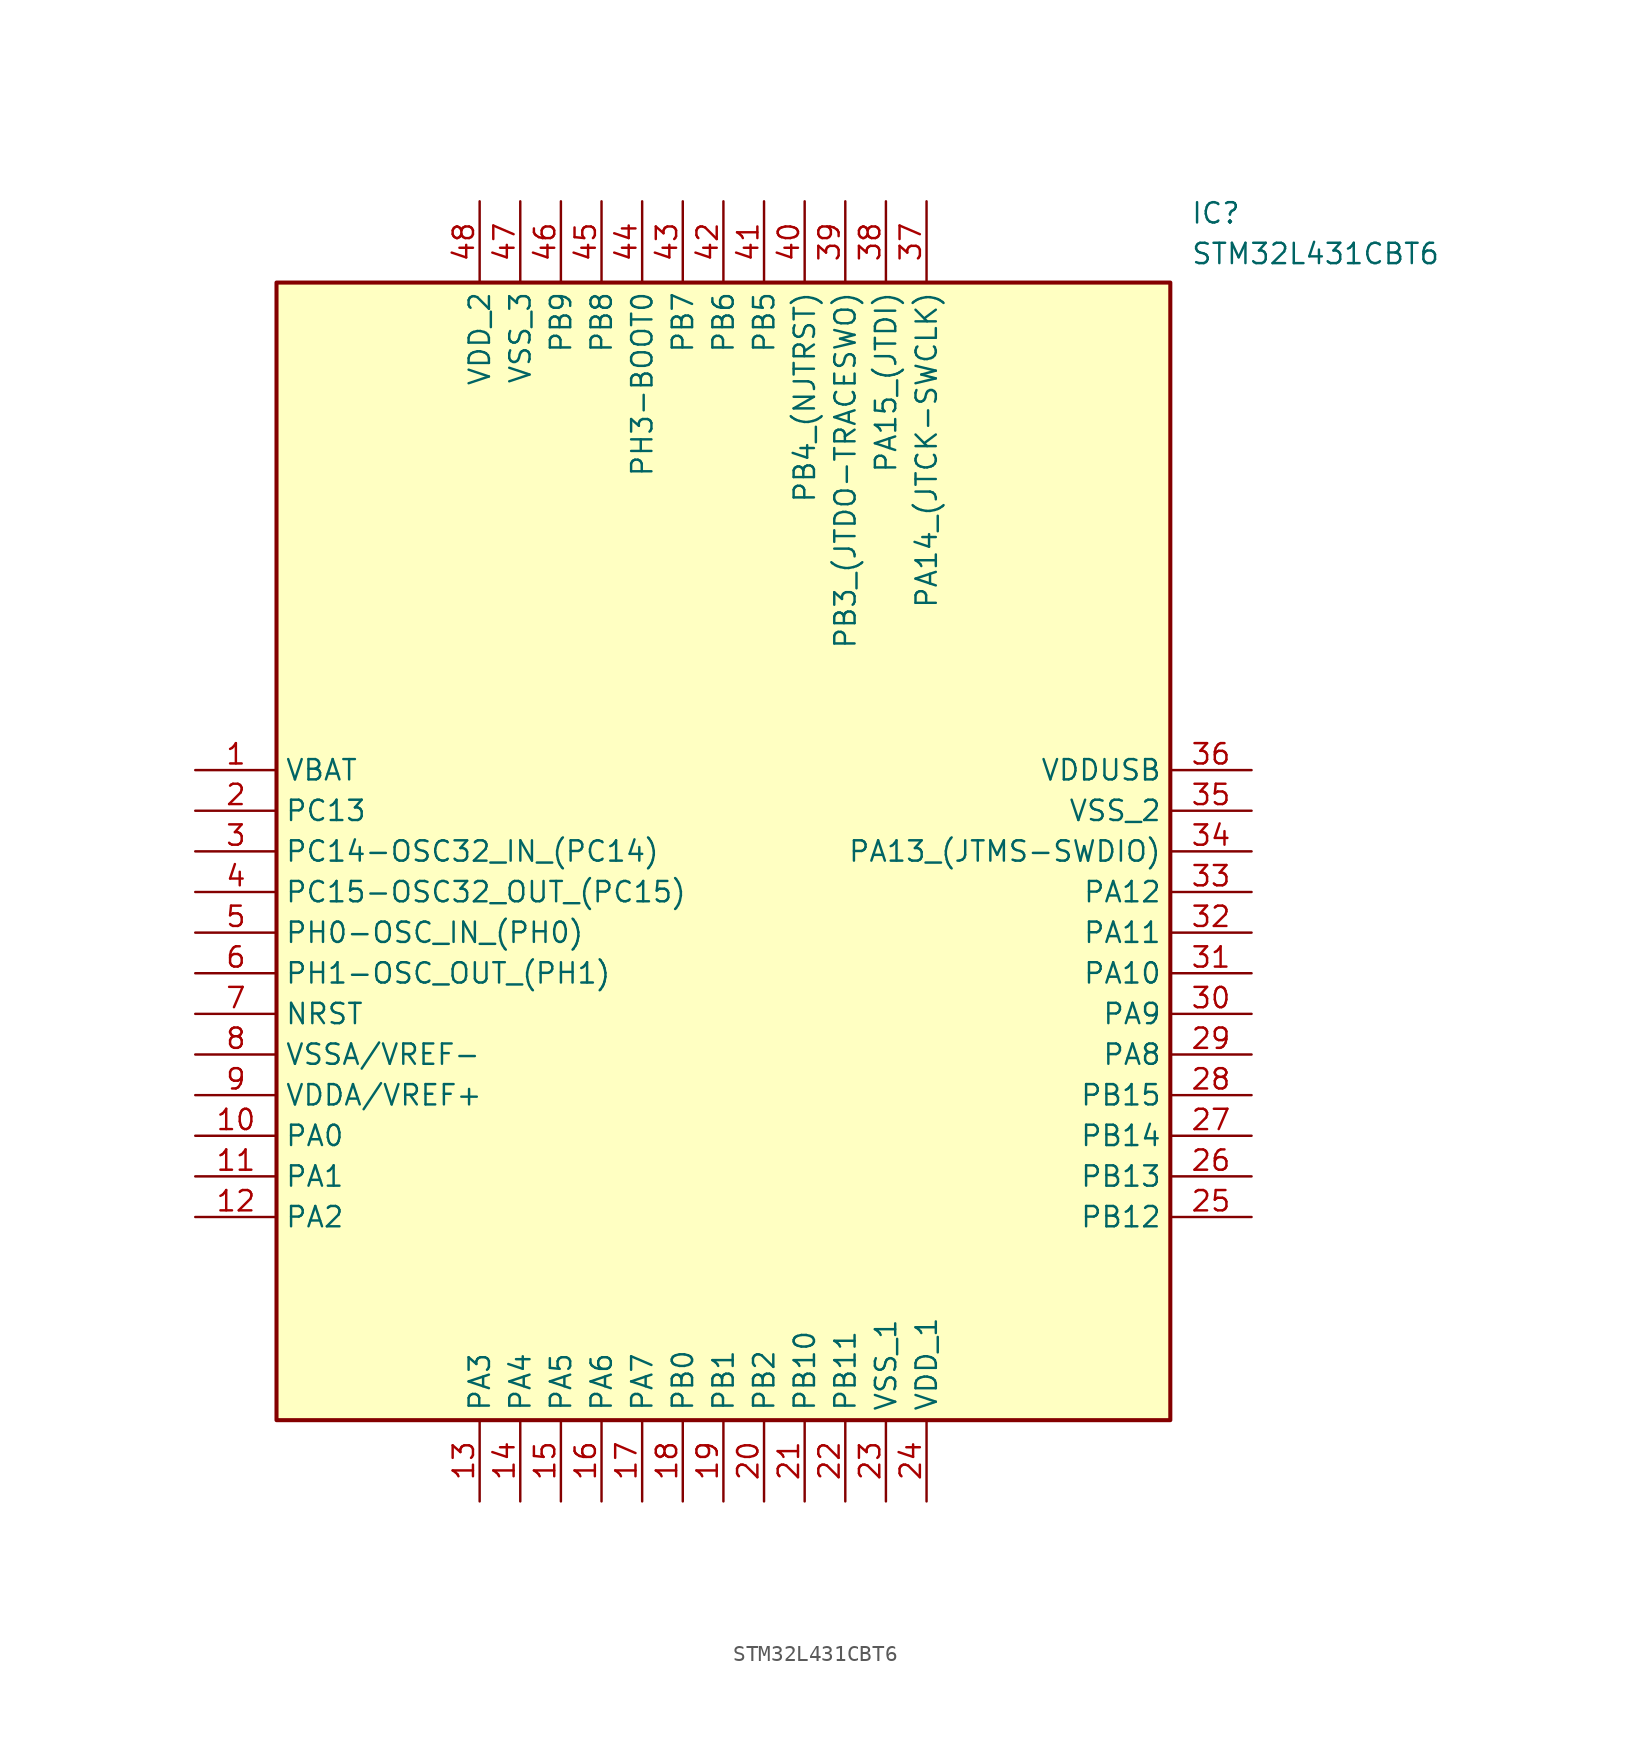
<source format=kicad_sym>
(kicad_symbol_lib
  (version 20211014)
  (generator SamacSys_ECAD_Model)
  (symbol "STM32L431CBT6"
    (property "Reference" "IC"
      (at 62.23 35.56 0)
      (effects (font (size 1.27 1.27)) (justify left top)))
    (property "Value" "STM32L431CBT6"
      (at 62.23 33.02 0)
      (effects (font (size 1.27 1.27)) (justify left top)))
    (rectangle
      (start 5.08 30.48)
      (end 60.96 -40.64)
      (stroke (width 0.254) (type default))
      (fill (type background)))
    (pin power_in line
      (at 0 0 0)
      (length 5.08)
      (name "VBAT" (effects (font (size 1.27 1.27))))
      (number "1" (effects (font (size 1.27 1.27)))))
    (pin passive line
      (at 0 -2.54 0)
      (length 5.08)
      (name "PC13" (effects (font (size 1.27 1.27))))
      (number "2" (effects (font (size 1.27 1.27)))))
    (pin passive line
      (at 0 -5.08 0)
      (length 5.08)
      (name "PC14-OSC32_IN_(PC14)" (effects (font (size 1.27 1.27))))
      (number "3" (effects (font (size 1.27 1.27)))))
    (pin passive line
      (at 0 -7.62 0)
      (length 5.08)
      (name "PC15-OSC32_OUT_(PC15)" (effects (font (size 1.27 1.27))))
      (number "4" (effects (font (size 1.27 1.27)))))
    (pin passive line
      (at 0 -10.16 0)
      (length 5.08)
      (name "PH0-OSC_IN_(PH0)" (effects (font (size 1.27 1.27))))
      (number "5" (effects (font (size 1.27 1.27)))))
    (pin passive line
      (at 0 -12.7 0)
      (length 5.08)
      (name "PH1-OSC_OUT_(PH1)" (effects (font (size 1.27 1.27))))
      (number "6" (effects (font (size 1.27 1.27)))))
    (pin passive line
      (at 0 -15.24 0)
      (length 5.08)
      (name "NRST" (effects (font (size 1.27 1.27))))
      (number "7" (effects (font (size 1.27 1.27)))))
    (pin power_in line
      (at 0 -17.78 0)
      (length 5.08)
      (name "VSSA/VREF-" (effects (font (size 1.27 1.27))))
      (number "8" (effects (font (size 1.27 1.27)))))
    (pin power_in line
      (at 0 -20.32 0)
      (length 5.08)
      (name "VDDA/VREF+" (effects (font (size 1.27 1.27))))
      (number "9" (effects (font (size 1.27 1.27)))))
    (pin passive line
      (at 0 -22.86 0)
      (length 5.08)
      (name "PA0" (effects (font (size 1.27 1.27))))
      (number "10" (effects (font (size 1.27 1.27)))))
    (pin passive line
      (at 0 -25.4 0)
      (length 5.08)
      (name "PA1" (effects (font (size 1.27 1.27))))
      (number "11" (effects (font (size 1.27 1.27)))))
    (pin passive line
      (at 0 -27.94 0)
      (length 5.08)
      (name "PA2" (effects (font (size 1.27 1.27))))
      (number "12" (effects (font (size 1.27 1.27)))))
    (pin passive line
      (at 17.78 -45.72 90)
      (length 5.08)
      (name "PA3" (effects (font (size 1.27 1.27))))
      (number "13" (effects (font (size 1.27 1.27)))))
    (pin passive line
      (at 20.32 -45.72 90)
      (length 5.08)
      (name "PA4" (effects (font (size 1.27 1.27))))
      (number "14" (effects (font (size 1.27 1.27)))))
    (pin passive line
      (at 22.86 -45.72 90)
      (length 5.08)
      (name "PA5" (effects (font (size 1.27 1.27))))
      (number "15" (effects (font (size 1.27 1.27)))))
    (pin passive line
      (at 25.4 -45.72 90)
      (length 5.08)
      (name "PA6" (effects (font (size 1.27 1.27))))
      (number "16" (effects (font (size 1.27 1.27)))))
    (pin passive line
      (at 27.94 -45.72 90)
      (length 5.08)
      (name "PA7" (effects (font (size 1.27 1.27))))
      (number "17" (effects (font (size 1.27 1.27)))))
    (pin passive line
      (at 30.48 -45.72 90)
      (length 5.08)
      (name "PB0" (effects (font (size 1.27 1.27))))
      (number "18" (effects (font (size 1.27 1.27)))))
    (pin passive line
      (at 33.02 -45.72 90)
      (length 5.08)
      (name "PB1" (effects (font (size 1.27 1.27))))
      (number "19" (effects (font (size 1.27 1.27)))))
    (pin passive line
      (at 35.56 -45.72 90)
      (length 5.08)
      (name "PB2" (effects (font (size 1.27 1.27))))
      (number "20" (effects (font (size 1.27 1.27)))))
    (pin passive line
      (at 38.1 -45.72 90)
      (length 5.08)
      (name "PB10" (effects (font (size 1.27 1.27))))
      (number "21" (effects (font (size 1.27 1.27)))))
    (pin passive line
      (at 40.64 -45.72 90)
      (length 5.08)
      (name "PB11" (effects (font (size 1.27 1.27))))
      (number "22" (effects (font (size 1.27 1.27)))))
    (pin power_in line
      (at 43.18 -45.72 90)
      (length 5.08)
      (name "VSS_1" (effects (font (size 1.27 1.27))))
      (number "23" (effects (font (size 1.27 1.27)))))
    (pin power_in line
      (at 45.72 -45.72 90)
      (length 5.08)
      (name "VDD_1" (effects (font (size 1.27 1.27))))
      (number "24" (effects (font (size 1.27 1.27)))))
    (pin power_in line
      (at 66.04 0 180)
      (length 5.08)
      (name "VDDUSB" (effects (font (size 1.27 1.27))))
      (number "36" (effects (font (size 1.27 1.27)))))
    (pin power_in line
      (at 66.04 -2.54 180)
      (length 5.08)
      (name "VSS_2" (effects (font (size 1.27 1.27))))
      (number "35" (effects (font (size 1.27 1.27)))))
    (pin passive line
      (at 66.04 -5.08 180)
      (length 5.08)
      (name "PA13_(JTMS-SWDIO)" (effects (font (size 1.27 1.27))))
      (number "34" (effects (font (size 1.27 1.27)))))
    (pin passive line
      (at 66.04 -7.62 180)
      (length 5.08)
      (name "PA12" (effects (font (size 1.27 1.27))))
      (number "33" (effects (font (size 1.27 1.27)))))
    (pin passive line
      (at 66.04 -10.16 180)
      (length 5.08)
      (name "PA11" (effects (font (size 1.27 1.27))))
      (number "32" (effects (font (size 1.27 1.27)))))
    (pin passive line
      (at 66.04 -12.7 180)
      (length 5.08)
      (name "PA10" (effects (font (size 1.27 1.27))))
      (number "31" (effects (font (size 1.27 1.27)))))
    (pin passive line
      (at 66.04 -15.24 180)
      (length 5.08)
      (name "PA9" (effects (font (size 1.27 1.27))))
      (number "30" (effects (font (size 1.27 1.27)))))
    (pin passive line
      (at 66.04 -17.78 180)
      (length 5.08)
      (name "PA8" (effects (font (size 1.27 1.27))))
      (number "29" (effects (font (size 1.27 1.27)))))
    (pin passive line
      (at 66.04 -20.32 180)
      (length 5.08)
      (name "PB15" (effects (font (size 1.27 1.27))))
      (number "28" (effects (font (size 1.27 1.27)))))
    (pin passive line
      (at 66.04 -22.86 180)
      (length 5.08)
      (name "PB14" (effects (font (size 1.27 1.27))))
      (number "27" (effects (font (size 1.27 1.27)))))
    (pin passive line
      (at 66.04 -25.4 180)
      (length 5.08)
      (name "PB13" (effects (font (size 1.27 1.27))))
      (number "26" (effects (font (size 1.27 1.27)))))
    (pin passive line
      (at 66.04 -27.94 180)
      (length 5.08)
      (name "PB12" (effects (font (size 1.27 1.27))))
      (number "25" (effects (font (size 1.27 1.27)))))
    (pin power_in line
      (at 17.78 35.56 270)
      (length 5.08)
      (name "VDD_2" (effects (font (size 1.27 1.27))))
      (number "48" (effects (font (size 1.27 1.27)))))
    (pin power_in line
      (at 20.32 35.56 270)
      (length 5.08)
      (name "VSS_3" (effects (font (size 1.27 1.27))))
      (number "47" (effects (font (size 1.27 1.27)))))
    (pin passive line
      (at 22.86 35.56 270)
      (length 5.08)
      (name "PB9" (effects (font (size 1.27 1.27))))
      (number "46" (effects (font (size 1.27 1.27)))))
    (pin passive line
      (at 25.4 35.56 270)
      (length 5.08)
      (name "PB8" (effects (font (size 1.27 1.27))))
      (number "45" (effects (font (size 1.27 1.27)))))
    (pin passive line
      (at 27.94 35.56 270)
      (length 5.08)
      (name "PH3-BOOT0" (effects (font (size 1.27 1.27))))
      (number "44" (effects (font (size 1.27 1.27)))))
    (pin passive line
      (at 30.48 35.56 270)
      (length 5.08)
      (name "PB7" (effects (font (size 1.27 1.27))))
      (number "43" (effects (font (size 1.27 1.27)))))
    (pin passive line
      (at 33.02 35.56 270)
      (length 5.08)
      (name "PB6" (effects (font (size 1.27 1.27))))
      (number "42" (effects (font (size 1.27 1.27)))))
    (pin passive line
      (at 35.56 35.56 270)
      (length 5.08)
      (name "PB5" (effects (font (size 1.27 1.27))))
      (number "41" (effects (font (size 1.27 1.27)))))
    (pin passive line
      (at 38.1 35.56 270)
      (length 5.08)
      (name "PB4_(NJTRST)" (effects (font (size 1.27 1.27))))
      (number "40" (effects (font (size 1.27 1.27)))))
    (pin passive line
      (at 40.64 35.56 270)
      (length 5.08)
      (name "PB3_(JTDO-TRACESWO)" (effects (font (size 1.27 1.27))))
      (number "39" (effects (font (size 1.27 1.27)))))
    (pin passive line
      (at 43.18 35.56 270)
      (length 5.08)
      (name "PA15_(JTDI)" (effects (font (size 1.27 1.27))))
      (number "38" (effects (font (size 1.27 1.27)))))
    (pin passive line
      (at 45.72 35.56 270)
      (length 5.08)
      (name "PA14_(JTCK-SWCLK)" (effects (font (size 1.27 1.27))))
      (number "37" (effects (font (size 1.27 1.27)))))))
</source>
